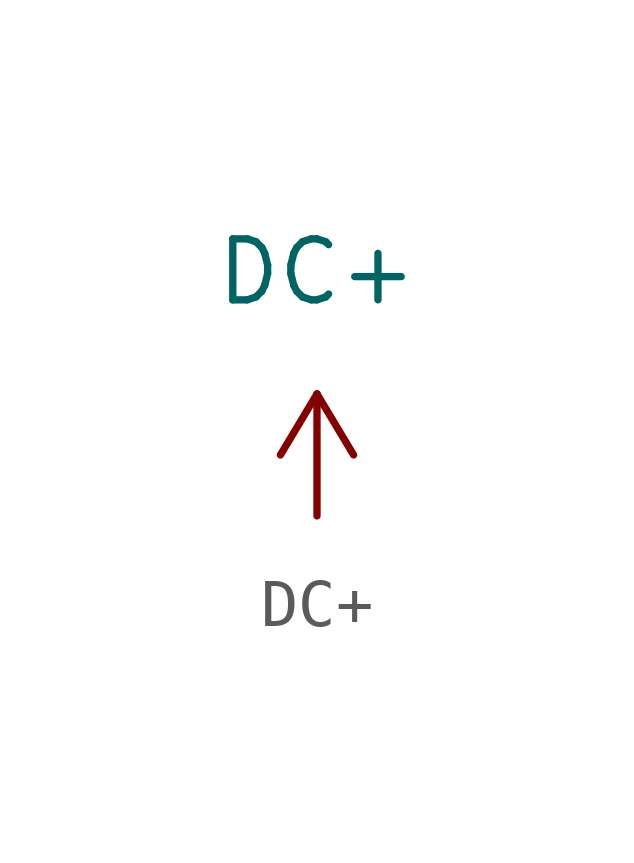
<source format=kicad_sym>
(kicad_symbol_lib
  (version 20211014)
  (generator kicad_symbol_editor)
  (symbol "DC+"
    (power)
    (pin_numbers hide)
    (pin_names
      (offset 0))
    (property "Reference" "#PWR"
      (at 1.27 0 90)
      (effects (font (size 1.27 1.27)) hide))
    (property "Value" "DC+"
      (at 0 5.08 0)
      (effects (font (size 1.27 1.27))))
    (symbol "DC+_1_1"
      (polyline (pts (xy -0.762 1.27) (xy 0 2.54)) (stroke (width 0) (type default) (color 0 0 0 0)) (fill (type none)))
      (polyline (pts (xy 0 0) (xy 0 2.54)) (stroke (width 0) (type default) (color 0 0 0 0)) (fill (type none)))
      (polyline (pts (xy 0 2.54) (xy 0.762 1.27)) (stroke (width 0) (type default) (color 0 0 0 0)) (fill (type none)))
      (pin power_in line (at 0 0 90) (length 0) hide (name "DC+" (effects (font (size 1.27 1.27)))) (number "1" (effects (font (size 1.27 1.27))))))))
</source>
